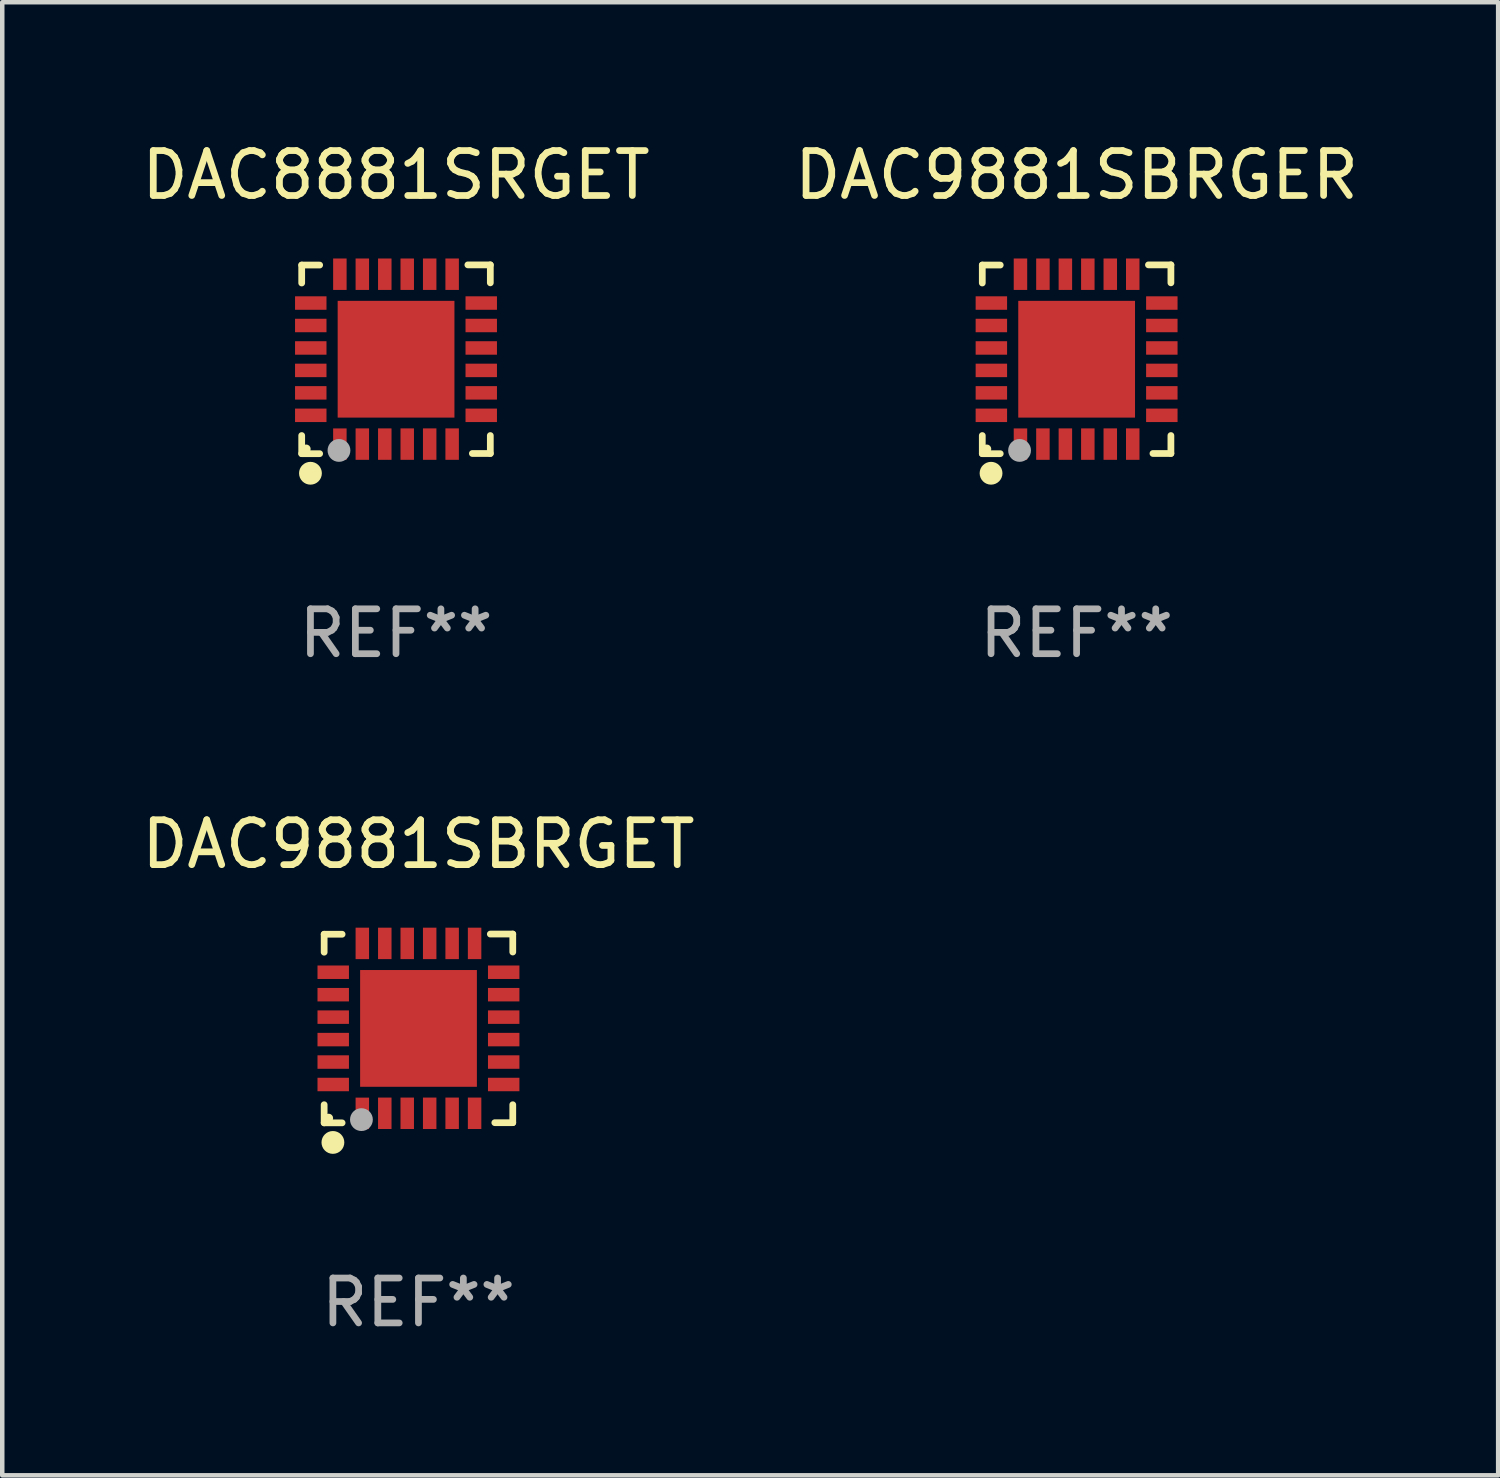
<source format=kicad_pcb>
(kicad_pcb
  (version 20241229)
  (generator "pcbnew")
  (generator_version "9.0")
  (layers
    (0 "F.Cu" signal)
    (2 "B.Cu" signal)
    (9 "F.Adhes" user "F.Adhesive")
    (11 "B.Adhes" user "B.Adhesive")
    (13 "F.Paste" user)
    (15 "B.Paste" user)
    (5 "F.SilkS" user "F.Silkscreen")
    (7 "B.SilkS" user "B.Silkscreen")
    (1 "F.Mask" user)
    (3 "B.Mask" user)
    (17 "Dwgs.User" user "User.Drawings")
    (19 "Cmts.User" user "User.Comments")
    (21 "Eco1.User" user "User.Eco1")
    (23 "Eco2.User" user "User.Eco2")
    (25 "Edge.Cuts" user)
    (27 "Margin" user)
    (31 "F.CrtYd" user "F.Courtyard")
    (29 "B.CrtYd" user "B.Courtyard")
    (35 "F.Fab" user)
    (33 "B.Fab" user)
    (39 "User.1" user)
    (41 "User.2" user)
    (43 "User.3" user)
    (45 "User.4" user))
  (footprint "DAC9881SBRGET"
    (layer "F.Cu")
    (at 6.268 19.851)
    (property "Reference" "DAC9881SBRGET" (at 0 -4.102 0) (layer "F.SilkS") (effects (font (size 1 1) (thickness 0.15))))
    (attr through_hole)
    (fp_line (start -2.1 -2.098) (end -1.7 -2.098) (stroke (width 0.15) (type solid)) (layer "F.SilkS"))
    (fp_line (start -2.1 -1.698) (end -2.1 -2.098) (stroke (width 0.15) (type solid)) (layer "F.SilkS"))
    (fp_line (start -2.1 2.102) (end -2.1 1.698) (stroke (width 0.15) (type solid)) (layer "F.SilkS"))
    (fp_line (start -1.7 2.102) (end -2.1 2.102) (stroke (width 0.15) (type solid)) (layer "F.SilkS"))
    (fp_line (start 1.6 -2.102) (end 2.1 -2.102) (stroke (width 0.15) (type solid)) (layer "F.SilkS"))
    (fp_line (start 1.7 2.098) (end 2.1 2.098) (stroke (width 0.15) (type solid)) (layer "F.SilkS"))
    (fp_line (start 2.1 -2.102) (end 2.1 -1.702) (stroke (width 0.15) (type solid)) (layer "F.SilkS"))
    (fp_line (start 2.1 2.098) (end 2.1 1.698) (stroke (width 0.15) (type solid)) (layer "F.SilkS"))
    (fp_circle (center -2 1.998) (end -1.95 1.998) (stroke (width 0.1) (type solid)) (fill no) (layer "F.SilkS"))
    (fp_circle (center -1.905 2.538) (end -1.778 2.538) (stroke (width 0.254) (type solid)) (fill no) (layer "F.SilkS"))
    (fp_circle (center -1.27 2.03) (end -1.143 2.03) (stroke (width 0.254) (type solid)) (fill no) (layer "F.Fab"))
    (fp_text user "REF**" (at 0 6.102 0) (layer "F.Fab") (effects (font (size 1 1) (thickness 0.15))))
    (pad "1" smd rect (at -1.25 1.89 180) (size 0.3 0.7) (layers "F.Cu" "F.Mask" "F.Paste"))
    (pad "2" smd rect (at -0.75 1.889 180) (size 0.3 0.7) (layers "F.Cu" "F.Mask" "F.Paste"))
    (pad "3" smd rect (at -0.25 1.889 180) (size 0.3 0.7) (layers "F.Cu" "F.Mask" "F.Paste"))
    (pad "4" smd rect (at 0.25 1.889 180) (size 0.3 0.7) (layers "F.Cu" "F.Mask" "F.Paste"))
    (pad "5" smd rect (at 0.75 1.889 180) (size 0.3 0.7) (layers "F.Cu" "F.Mask" "F.Paste"))
    (pad "6" smd rect (at 1.25 1.889 180) (size 0.3 0.7) (layers "F.Cu" "F.Mask" "F.Paste"))
    (pad "7" smd rect (at 1.898 1.248 270) (size 0.3 0.7) (layers "F.Cu" "F.Mask" "F.Paste"))
    (pad "8" smd rect (at 1.898 0.748 270) (size 0.3 0.7) (layers "F.Cu" "F.Mask" "F.Paste"))
    (pad "9" smd rect (at 1.898 0.248 270) (size 0.3 0.7) (layers "F.Cu" "F.Mask" "F.Paste"))
    (pad "10" smd rect (at 1.898 -0.252 270) (size 0.3 0.7) (layers "F.Cu" "F.Mask" "F.Paste"))
    (pad "11" smd rect (at 1.898 -0.752 270) (size 0.3 0.7) (layers "F.Cu" "F.Mask" "F.Paste"))
    (pad "12" smd rect (at 1.898 -1.252 270) (size 0.3 0.7) (layers "F.Cu" "F.Mask" "F.Paste"))
    (pad "13" smd rect (at 1.25 -1.894) (size 0.3 0.7) (layers "F.Cu" "F.Mask" "F.Paste"))
    (pad "14" smd rect (at 0.75 -1.894) (size 0.3 0.7) (layers "F.Cu" "F.Mask" "F.Paste"))
    (pad "15" smd rect (at 0.25 -1.894) (size 0.3 0.7) (layers "F.Cu" "F.Mask" "F.Paste"))
    (pad "16" smd rect (at -0.25 -1.894) (size 0.3 0.7) (layers "F.Cu" "F.Mask" "F.Paste"))
    (pad "17" smd rect (at -0.75 -1.894) (size 0.3 0.7) (layers "F.Cu" "F.Mask" "F.Paste"))
    (pad "18" smd rect (at -1.25 -1.894) (size 0.3 0.7) (layers "F.Cu" "F.Mask" "F.Paste"))
    (pad "19" smd rect (at -1.898 -1.252 90) (size 0.3 0.7) (layers "F.Cu" "F.Mask" "F.Paste"))
    (pad "20" smd rect (at -1.898 -0.752 90) (size 0.3 0.7) (layers "F.Cu" "F.Mask" "F.Paste"))
    (pad "21" smd rect (at -1.898 -0.252 90) (size 0.3 0.7) (layers "F.Cu" "F.Mask" "F.Paste"))
    (pad "22" smd rect (at -1.898 0.248 90) (size 0.3 0.7) (layers "F.Cu" "F.Mask" "F.Paste"))
    (pad "23" smd rect (at -1.898 0.748 90) (size 0.3 0.7) (layers "F.Cu" "F.Mask" "F.Paste"))
    (pad "24" smd rect (at -1.898 1.248 90) (size 0.3 0.7) (layers "F.Cu" "F.Mask" "F.Paste"))
    (pad "25" smd rect (at 0.001 -0.001 90) (size 2.6 2.6) (layers "F.Cu" "F.Mask" "F.Paste")))
  (footprint "DAC9881SBRGER"
    (layer "F.Cu")
    (at 20.923 4.95)
    (property "Reference" "DAC9881SBRGER" (at 0 -4.102 0) (layer "F.SilkS") (effects (font (size 1 1) (thickness 0.15))))
    (attr through_hole)
    (fp_line (start -2.1 -2.098) (end -1.7 -2.098) (stroke (width 0.15) (type solid)) (layer "F.SilkS"))
    (fp_line (start -2.1 -1.698) (end -2.1 -2.098) (stroke (width 0.15) (type solid)) (layer "F.SilkS"))
    (fp_line (start -2.1 2.102) (end -2.1 1.698) (stroke (width 0.15) (type solid)) (layer "F.SilkS"))
    (fp_line (start -1.7 2.102) (end -2.1 2.102) (stroke (width 0.15) (type solid)) (layer "F.SilkS"))
    (fp_line (start 1.6 -2.102) (end 2.1 -2.102) (stroke (width 0.15) (type solid)) (layer "F.SilkS"))
    (fp_line (start 1.7 2.098) (end 2.1 2.098) (stroke (width 0.15) (type solid)) (layer "F.SilkS"))
    (fp_line (start 2.1 -2.102) (end 2.1 -1.702) (stroke (width 0.15) (type solid)) (layer "F.SilkS"))
    (fp_line (start 2.1 2.098) (end 2.1 1.698) (stroke (width 0.15) (type solid)) (layer "F.SilkS"))
    (fp_circle (center -2 1.998) (end -1.95 1.998) (stroke (width 0.1) (type solid)) (fill no) (layer "F.SilkS"))
    (fp_circle (center -1.905 2.538) (end -1.778 2.538) (stroke (width 0.254) (type solid)) (fill no) (layer "F.SilkS"))
    (fp_circle (center -1.27 2.03) (end -1.143 2.03) (stroke (width 0.254) (type solid)) (fill no) (layer "F.Fab"))
    (fp_text user "REF**" (at 0 6.102 0) (layer "F.Fab") (effects (font (size 1 1) (thickness 0.15))))
    (pad "1" smd rect (at -1.25 1.89 180) (size 0.3 0.7) (layers "F.Cu" "F.Mask" "F.Paste"))
    (pad "2" smd rect (at -0.75 1.889 180) (size 0.3 0.7) (layers "F.Cu" "F.Mask" "F.Paste"))
    (pad "3" smd rect (at -0.25 1.889 180) (size 0.3 0.7) (layers "F.Cu" "F.Mask" "F.Paste"))
    (pad "4" smd rect (at 0.25 1.889 180) (size 0.3 0.7) (layers "F.Cu" "F.Mask" "F.Paste"))
    (pad "5" smd rect (at 0.75 1.889 180) (size 0.3 0.7) (layers "F.Cu" "F.Mask" "F.Paste"))
    (pad "6" smd rect (at 1.25 1.889 180) (size 0.3 0.7) (layers "F.Cu" "F.Mask" "F.Paste"))
    (pad "7" smd rect (at 1.898 1.248 270) (size 0.3 0.7) (layers "F.Cu" "F.Mask" "F.Paste"))
    (pad "8" smd rect (at 1.898 0.748 270) (size 0.3 0.7) (layers "F.Cu" "F.Mask" "F.Paste"))
    (pad "9" smd rect (at 1.898 0.248 270) (size 0.3 0.7) (layers "F.Cu" "F.Mask" "F.Paste"))
    (pad "10" smd rect (at 1.898 -0.252 270) (size 0.3 0.7) (layers "F.Cu" "F.Mask" "F.Paste"))
    (pad "11" smd rect (at 1.898 -0.752 270) (size 0.3 0.7) (layers "F.Cu" "F.Mask" "F.Paste"))
    (pad "12" smd rect (at 1.898 -1.252 270) (size 0.3 0.7) (layers "F.Cu" "F.Mask" "F.Paste"))
    (pad "13" smd rect (at 1.25 -1.894) (size 0.3 0.7) (layers "F.Cu" "F.Mask" "F.Paste"))
    (pad "14" smd rect (at 0.75 -1.894) (size 0.3 0.7) (layers "F.Cu" "F.Mask" "F.Paste"))
    (pad "15" smd rect (at 0.25 -1.894) (size 0.3 0.7) (layers "F.Cu" "F.Mask" "F.Paste"))
    (pad "16" smd rect (at -0.25 -1.894) (size 0.3 0.7) (layers "F.Cu" "F.Mask" "F.Paste"))
    (pad "17" smd rect (at -0.75 -1.894) (size 0.3 0.7) (layers "F.Cu" "F.Mask" "F.Paste"))
    (pad "18" smd rect (at -1.25 -1.894) (size 0.3 0.7) (layers "F.Cu" "F.Mask" "F.Paste"))
    (pad "19" smd rect (at -1.898 -1.252 90) (size 0.3 0.7) (layers "F.Cu" "F.Mask" "F.Paste"))
    (pad "20" smd rect (at -1.898 -0.752 90) (size 0.3 0.7) (layers "F.Cu" "F.Mask" "F.Paste"))
    (pad "21" smd rect (at -1.898 -0.252 90) (size 0.3 0.7) (layers "F.Cu" "F.Mask" "F.Paste"))
    (pad "22" smd rect (at -1.898 0.248 90) (size 0.3 0.7) (layers "F.Cu" "F.Mask" "F.Paste"))
    (pad "23" smd rect (at -1.898 0.748 90) (size 0.3 0.7) (layers "F.Cu" "F.Mask" "F.Paste"))
    (pad "24" smd rect (at -1.898 1.248 90) (size 0.3 0.7) (layers "F.Cu" "F.Mask" "F.Paste"))
    (pad "25" smd rect (at 0.001 -0.001 90) (size 2.6 2.6) (layers "F.Cu" "F.Mask" "F.Paste")))
  (footprint "DAC8881SRGET"
    (layer "F.Cu")
    (at 5.768 4.95)
    (property "Reference" "DAC8881SRGET" (at 0 -4.102 0) (layer "F.SilkS") (effects (font (size 1 1) (thickness 0.15))))
    (attr through_hole)
    (fp_line (start -2.1 -2.098) (end -1.7 -2.098) (stroke (width 0.15) (type solid)) (layer "F.SilkS"))
    (fp_line (start -2.1 -1.698) (end -2.1 -2.098) (stroke (width 0.15) (type solid)) (layer "F.SilkS"))
    (fp_line (start -2.1 2.102) (end -2.1 1.698) (stroke (width 0.15) (type solid)) (layer "F.SilkS"))
    (fp_line (start -1.7 2.102) (end -2.1 2.102) (stroke (width 0.15) (type solid)) (layer "F.SilkS"))
    (fp_line (start 1.6 -2.102) (end 2.1 -2.102) (stroke (width 0.15) (type solid)) (layer "F.SilkS"))
    (fp_line (start 1.7 2.098) (end 2.1 2.098) (stroke (width 0.15) (type solid)) (layer "F.SilkS"))
    (fp_line (start 2.1 -2.102) (end 2.1 -1.702) (stroke (width 0.15) (type solid)) (layer "F.SilkS"))
    (fp_line (start 2.1 2.098) (end 2.1 1.698) (stroke (width 0.15) (type solid)) (layer "F.SilkS"))
    (fp_circle (center -2 1.998) (end -1.95 1.998) (stroke (width 0.1) (type solid)) (fill no) (layer "F.SilkS"))
    (fp_circle (center -1.905 2.538) (end -1.778 2.538) (stroke (width 0.254) (type solid)) (fill no) (layer "F.SilkS"))
    (fp_circle (center -1.27 2.03) (end -1.143 2.03) (stroke (width 0.254) (type solid)) (fill no) (layer "F.Fab"))
    (fp_text user "REF**" (at 0 6.102 0) (layer "F.Fab") (effects (font (size 1 1) (thickness 0.15))))
    (pad "1" smd rect (at -1.25 1.89 180) (size 0.3 0.7) (layers "F.Cu" "F.Mask" "F.Paste"))
    (pad "2" smd rect (at -0.75 1.889 180) (size 0.3 0.7) (layers "F.Cu" "F.Mask" "F.Paste"))
    (pad "3" smd rect (at -0.25 1.889 180) (size 0.3 0.7) (layers "F.Cu" "F.Mask" "F.Paste"))
    (pad "4" smd rect (at 0.25 1.889 180) (size 0.3 0.7) (layers "F.Cu" "F.Mask" "F.Paste"))
    (pad "5" smd rect (at 0.75 1.889 180) (size 0.3 0.7) (layers "F.Cu" "F.Mask" "F.Paste"))
    (pad "6" smd rect (at 1.25 1.889 180) (size 0.3 0.7) (layers "F.Cu" "F.Mask" "F.Paste"))
    (pad "7" smd rect (at 1.898 1.248 270) (size 0.3 0.7) (layers "F.Cu" "F.Mask" "F.Paste"))
    (pad "8" smd rect (at 1.898 0.748 270) (size 0.3 0.7) (layers "F.Cu" "F.Mask" "F.Paste"))
    (pad "9" smd rect (at 1.898 0.248 270) (size 0.3 0.7) (layers "F.Cu" "F.Mask" "F.Paste"))
    (pad "10" smd rect (at 1.898 -0.252 270) (size 0.3 0.7) (layers "F.Cu" "F.Mask" "F.Paste"))
    (pad "11" smd rect (at 1.898 -0.752 270) (size 0.3 0.7) (layers "F.Cu" "F.Mask" "F.Paste"))
    (pad "12" smd rect (at 1.898 -1.252 270) (size 0.3 0.7) (layers "F.Cu" "F.Mask" "F.Paste"))
    (pad "13" smd rect (at 1.25 -1.894) (size 0.3 0.7) (layers "F.Cu" "F.Mask" "F.Paste"))
    (pad "14" smd rect (at 0.75 -1.894) (size 0.3 0.7) (layers "F.Cu" "F.Mask" "F.Paste"))
    (pad "15" smd rect (at 0.25 -1.894) (size 0.3 0.7) (layers "F.Cu" "F.Mask" "F.Paste"))
    (pad "16" smd rect (at -0.25 -1.894) (size 0.3 0.7) (layers "F.Cu" "F.Mask" "F.Paste"))
    (pad "17" smd rect (at -0.75 -1.894) (size 0.3 0.7) (layers "F.Cu" "F.Mask" "F.Paste"))
    (pad "18" smd rect (at -1.25 -1.894) (size 0.3 0.7) (layers "F.Cu" "F.Mask" "F.Paste"))
    (pad "19" smd rect (at -1.898 -1.252 90) (size 0.3 0.7) (layers "F.Cu" "F.Mask" "F.Paste"))
    (pad "20" smd rect (at -1.898 -0.752 90) (size 0.3 0.7) (layers "F.Cu" "F.Mask" "F.Paste"))
    (pad "21" smd rect (at -1.898 -0.252 90) (size 0.3 0.7) (layers "F.Cu" "F.Mask" "F.Paste"))
    (pad "22" smd rect (at -1.898 0.248 90) (size 0.3 0.7) (layers "F.Cu" "F.Mask" "F.Paste"))
    (pad "23" smd rect (at -1.898 0.748 90) (size 0.3 0.7) (layers "F.Cu" "F.Mask" "F.Paste"))
    (pad "24" smd rect (at -1.898 1.248 90) (size 0.3 0.7) (layers "F.Cu" "F.Mask" "F.Paste"))
    (pad "25" smd rect (at 0.001 -0.001 90) (size 2.6 2.6) (layers "F.Cu" "F.Mask" "F.Paste")))
  (gr_rect
    (start -3 -3)
    (end 30.31 29.802)
    (stroke (width 0.1) (type default))
    (fill no)
    (layer "Edge.Cuts")))
</source>
